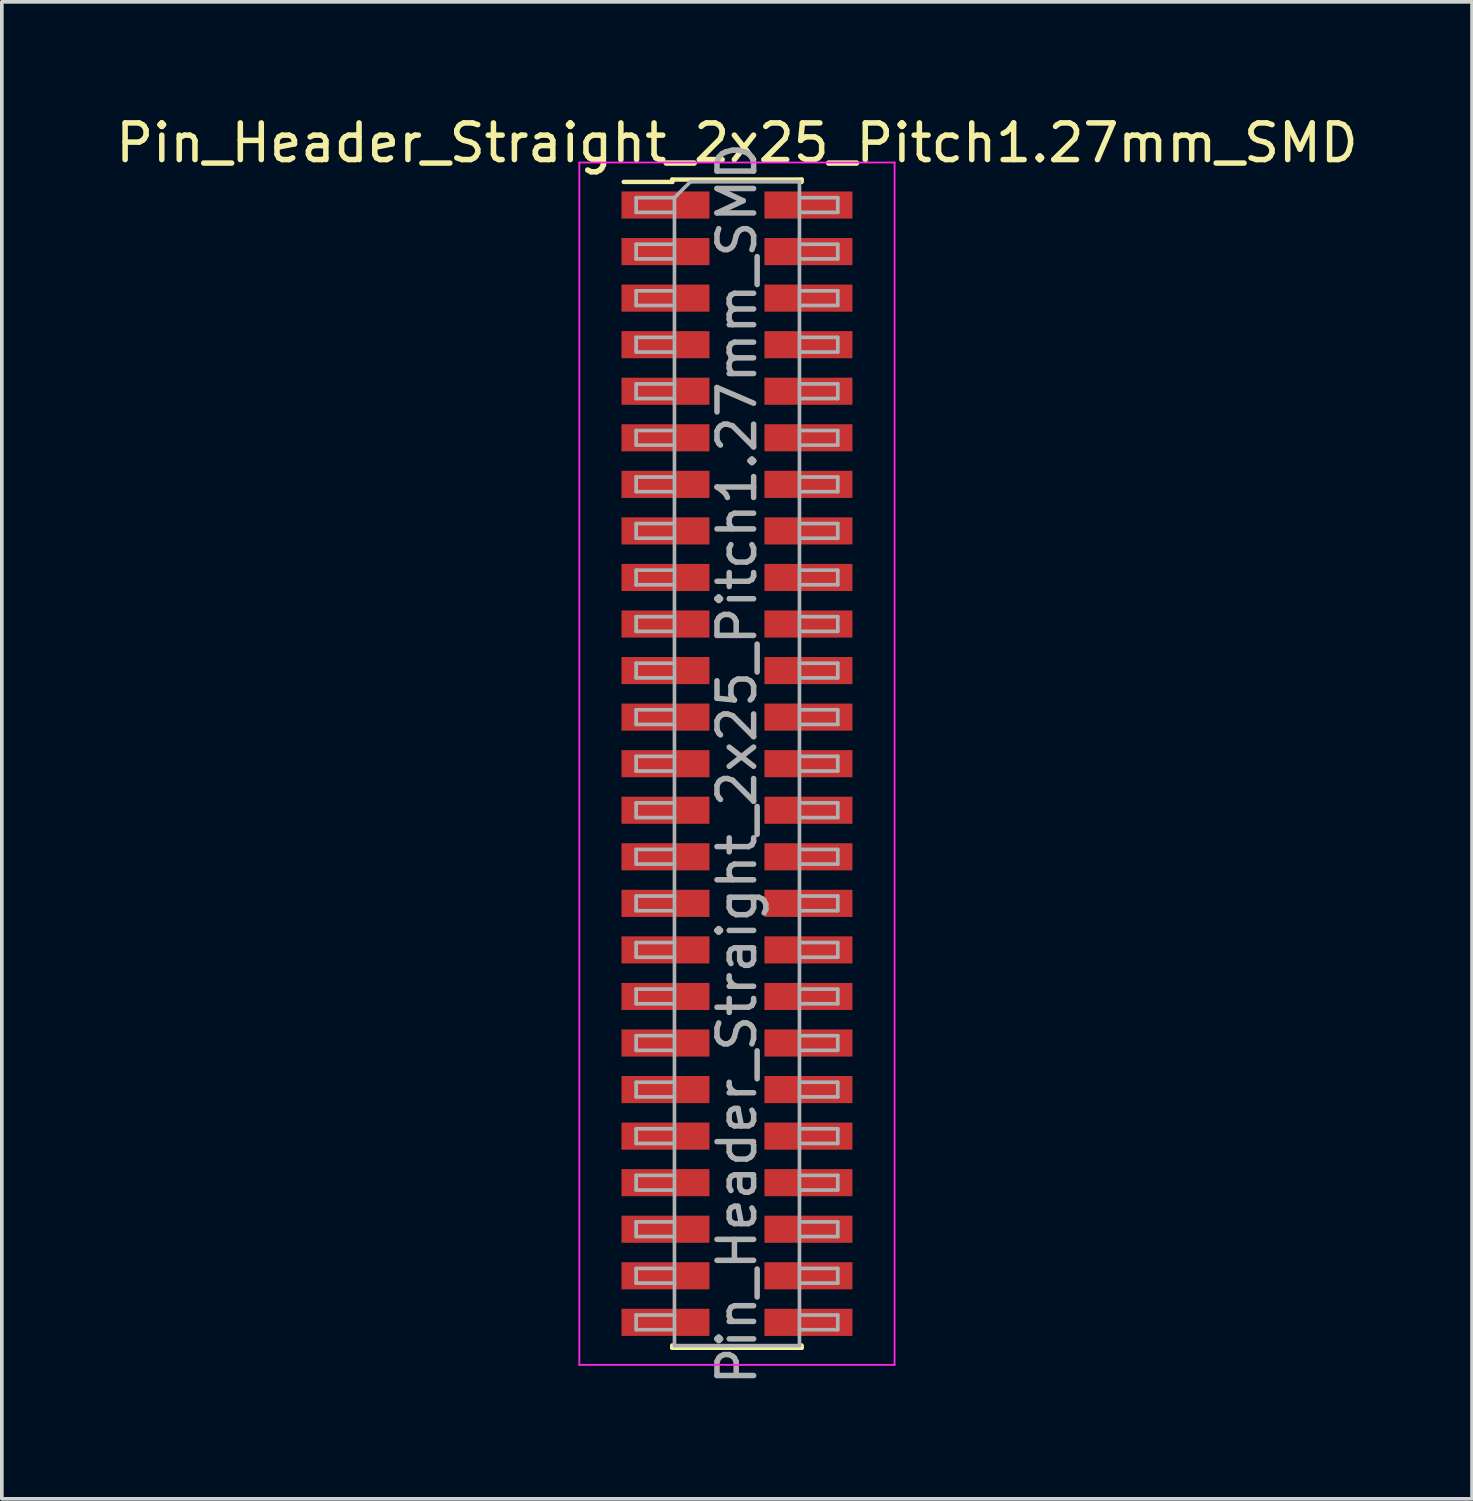
<source format=kicad_pcb>
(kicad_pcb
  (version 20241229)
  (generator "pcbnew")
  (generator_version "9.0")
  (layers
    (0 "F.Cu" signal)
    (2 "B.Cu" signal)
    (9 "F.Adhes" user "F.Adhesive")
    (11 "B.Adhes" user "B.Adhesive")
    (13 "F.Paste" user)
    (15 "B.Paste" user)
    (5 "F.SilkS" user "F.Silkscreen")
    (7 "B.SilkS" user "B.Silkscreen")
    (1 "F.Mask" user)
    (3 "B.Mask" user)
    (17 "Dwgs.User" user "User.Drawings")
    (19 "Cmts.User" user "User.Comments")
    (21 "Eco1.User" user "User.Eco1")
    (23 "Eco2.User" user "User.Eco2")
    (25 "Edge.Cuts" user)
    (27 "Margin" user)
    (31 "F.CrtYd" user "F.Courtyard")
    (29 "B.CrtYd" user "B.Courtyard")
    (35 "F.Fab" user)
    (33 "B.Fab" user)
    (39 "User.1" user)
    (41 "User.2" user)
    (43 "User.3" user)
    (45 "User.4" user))
  (footprint "Pin_Header_Straight_2x25_Pitch1.27mm_SMD"
    (layer "F.Cu")
    (at 17.054 17.783)
    (property "Reference" "Pin_Header_Straight_2x25_Pitch1.27mm_SMD" (at 0 -16.935 0) (layer "F.SilkS") (effects (font (size 1 1) (thickness 0.15))))
    (attr smd)
    (fp_line (start -3.09 -15.87) (end -1.765 -15.87) (stroke (width 0.12) (type solid)) (layer "F.SilkS"))
    (fp_line (start -1.765 -15.935) (end -1.765 -15.87) (stroke (width 0.12) (type solid)) (layer "F.SilkS"))
    (fp_line (start -1.765 -15.935) (end 1.765 -15.935) (stroke (width 0.12) (type solid)) (layer "F.SilkS"))
    (fp_line (start -1.765 15.87) (end -1.765 15.935) (stroke (width 0.12) (type solid)) (layer "F.SilkS"))
    (fp_line (start -1.765 15.935) (end 1.765 15.935) (stroke (width 0.12) (type solid)) (layer "F.SilkS"))
    (fp_line (start 1.765 -15.935) (end 1.765 -15.87) (stroke (width 0.12) (type solid)) (layer "F.SilkS"))
    (fp_line (start 1.765 15.87) (end 1.765 15.935) (stroke (width 0.12) (type solid)) (layer "F.SilkS"))
    (fp_line (start -4.3 -16.4) (end -4.3 16.4) (stroke (width 0.05) (type solid)) (layer "F.CrtYd"))
    (fp_line (start -4.3 16.4) (end 4.3 16.4) (stroke (width 0.05) (type solid)) (layer "F.CrtYd"))
    (fp_line (start 4.3 -16.4) (end -4.3 -16.4) (stroke (width 0.05) (type solid)) (layer "F.CrtYd"))
    (fp_line (start 4.3 16.4) (end 4.3 -16.4) (stroke (width 0.05) (type solid)) (layer "F.CrtYd"))
    (fp_line (start -2.75 -15.44) (end -2.75 -15.04) (stroke (width 0.1) (type solid)) (layer "F.Fab"))
    (fp_line (start -2.75 -15.04) (end -1.705 -15.04) (stroke (width 0.1) (type solid)) (layer "F.Fab"))
    (fp_line (start -2.75 -14.17) (end -2.75 -13.77) (stroke (width 0.1) (type solid)) (layer "F.Fab"))
    (fp_line (start -2.75 -13.77) (end -1.705 -13.77) (stroke (width 0.1) (type solid)) (layer "F.Fab"))
    (fp_line (start -2.75 -12.9) (end -2.75 -12.5) (stroke (width 0.1) (type solid)) (layer "F.Fab"))
    (fp_line (start -2.75 -12.5) (end -1.705 -12.5) (stroke (width 0.1) (type solid)) (layer "F.Fab"))
    (fp_line (start -2.75 -11.63) (end -2.75 -11.23) (stroke (width 0.1) (type solid)) (layer "F.Fab"))
    (fp_line (start -2.75 -11.23) (end -1.705 -11.23) (stroke (width 0.1) (type solid)) (layer "F.Fab"))
    (fp_line (start -2.75 -10.36) (end -2.75 -9.96) (stroke (width 0.1) (type solid)) (layer "F.Fab"))
    (fp_line (start -2.75 -9.96) (end -1.705 -9.96) (stroke (width 0.1) (type solid)) (layer "F.Fab"))
    (fp_line (start -2.75 -9.09) (end -2.75 -8.69) (stroke (width 0.1) (type solid)) (layer "F.Fab"))
    (fp_line (start -2.75 -8.69) (end -1.705 -8.69) (stroke (width 0.1) (type solid)) (layer "F.Fab"))
    (fp_line (start -2.75 -7.82) (end -2.75 -7.42) (stroke (width 0.1) (type solid)) (layer "F.Fab"))
    (fp_line (start -2.75 -7.42) (end -1.705 -7.42) (stroke (width 0.1) (type solid)) (layer "F.Fab"))
    (fp_line (start -2.75 -6.55) (end -2.75 -6.15) (stroke (width 0.1) (type solid)) (layer "F.Fab"))
    (fp_line (start -2.75 -6.15) (end -1.705 -6.15) (stroke (width 0.1) (type solid)) (layer "F.Fab"))
    (fp_line (start -2.75 -5.28) (end -2.75 -4.88) (stroke (width 0.1) (type solid)) (layer "F.Fab"))
    (fp_line (start -2.75 -4.88) (end -1.705 -4.88) (stroke (width 0.1) (type solid)) (layer "F.Fab"))
    (fp_line (start -2.75 -4.01) (end -2.75 -3.61) (stroke (width 0.1) (type solid)) (layer "F.Fab"))
    (fp_line (start -2.75 -3.61) (end -1.705 -3.61) (stroke (width 0.1) (type solid)) (layer "F.Fab"))
    (fp_line (start -2.75 -2.74) (end -2.75 -2.34) (stroke (width 0.1) (type solid)) (layer "F.Fab"))
    (fp_line (start -2.75 -2.34) (end -1.705 -2.34) (stroke (width 0.1) (type solid)) (layer "F.Fab"))
    (fp_line (start -2.75 -1.47) (end -2.75 -1.07) (stroke (width 0.1) (type solid)) (layer "F.Fab"))
    (fp_line (start -2.75 -1.07) (end -1.705 -1.07) (stroke (width 0.1) (type solid)) (layer "F.Fab"))
    (fp_line (start -2.75 -0.2) (end -2.75 0.2) (stroke (width 0.1) (type solid)) (layer "F.Fab"))
    (fp_line (start -2.75 0.2) (end -1.705 0.2) (stroke (width 0.1) (type solid)) (layer "F.Fab"))
    (fp_line (start -2.75 1.07) (end -2.75 1.47) (stroke (width 0.1) (type solid)) (layer "F.Fab"))
    (fp_line (start -2.75 1.47) (end -1.705 1.47) (stroke (width 0.1) (type solid)) (layer "F.Fab"))
    (fp_line (start -2.75 2.34) (end -2.75 2.74) (stroke (width 0.1) (type solid)) (layer "F.Fab"))
    (fp_line (start -2.75 2.74) (end -1.705 2.74) (stroke (width 0.1) (type solid)) (layer "F.Fab"))
    (fp_line (start -2.75 3.61) (end -2.75 4.01) (stroke (width 0.1) (type solid)) (layer "F.Fab"))
    (fp_line (start -2.75 4.01) (end -1.705 4.01) (stroke (width 0.1) (type solid)) (layer "F.Fab"))
    (fp_line (start -2.75 4.88) (end -2.75 5.28) (stroke (width 0.1) (type solid)) (layer "F.Fab"))
    (fp_line (start -2.75 5.28) (end -1.705 5.28) (stroke (width 0.1) (type solid)) (layer "F.Fab"))
    (fp_line (start -2.75 6.15) (end -2.75 6.55) (stroke (width 0.1) (type solid)) (layer "F.Fab"))
    (fp_line (start -2.75 6.55) (end -1.705 6.55) (stroke (width 0.1) (type solid)) (layer "F.Fab"))
    (fp_line (start -2.75 7.42) (end -2.75 7.82) (stroke (width 0.1) (type solid)) (layer "F.Fab"))
    (fp_line (start -2.75 7.82) (end -1.705 7.82) (stroke (width 0.1) (type solid)) (layer "F.Fab"))
    (fp_line (start -2.75 8.69) (end -2.75 9.09) (stroke (width 0.1) (type solid)) (layer "F.Fab"))
    (fp_line (start -2.75 9.09) (end -1.705 9.09) (stroke (width 0.1) (type solid)) (layer "F.Fab"))
    (fp_line (start -2.75 9.96) (end -2.75 10.36) (stroke (width 0.1) (type solid)) (layer "F.Fab"))
    (fp_line (start -2.75 10.36) (end -1.705 10.36) (stroke (width 0.1) (type solid)) (layer "F.Fab"))
    (fp_line (start -2.75 11.23) (end -2.75 11.63) (stroke (width 0.1) (type solid)) (layer "F.Fab"))
    (fp_line (start -2.75 11.63) (end -1.705 11.63) (stroke (width 0.1) (type solid)) (layer "F.Fab"))
    (fp_line (start -2.75 12.5) (end -2.75 12.9) (stroke (width 0.1) (type solid)) (layer "F.Fab"))
    (fp_line (start -2.75 12.9) (end -1.705 12.9) (stroke (width 0.1) (type solid)) (layer "F.Fab"))
    (fp_line (start -2.75 13.77) (end -2.75 14.17) (stroke (width 0.1) (type solid)) (layer "F.Fab"))
    (fp_line (start -2.75 14.17) (end -1.705 14.17) (stroke (width 0.1) (type solid)) (layer "F.Fab"))
    (fp_line (start -2.75 15.04) (end -2.75 15.44) (stroke (width 0.1) (type solid)) (layer "F.Fab"))
    (fp_line (start -2.75 15.44) (end -1.705 15.44) (stroke (width 0.1) (type solid)) (layer "F.Fab"))
    (fp_line (start -1.705 -15.44) (end -2.75 -15.44) (stroke (width 0.1) (type solid)) (layer "F.Fab"))
    (fp_line (start -1.705 -15.44) (end -1.27 -15.875) (stroke (width 0.1) (type solid)) (layer "F.Fab"))
    (fp_line (start -1.705 -14.17) (end -2.75 -14.17) (stroke (width 0.1) (type solid)) (layer "F.Fab"))
    (fp_line (start -1.705 -12.9) (end -2.75 -12.9) (stroke (width 0.1) (type solid)) (layer "F.Fab"))
    (fp_line (start -1.705 -11.63) (end -2.75 -11.63) (stroke (width 0.1) (type solid)) (layer "F.Fab"))
    (fp_line (start -1.705 -10.36) (end -2.75 -10.36) (stroke (width 0.1) (type solid)) (layer "F.Fab"))
    (fp_line (start -1.705 -9.09) (end -2.75 -9.09) (stroke (width 0.1) (type solid)) (layer "F.Fab"))
    (fp_line (start -1.705 -7.82) (end -2.75 -7.82) (stroke (width 0.1) (type solid)) (layer "F.Fab"))
    (fp_line (start -1.705 -6.55) (end -2.75 -6.55) (stroke (width 0.1) (type solid)) (layer "F.Fab"))
    (fp_line (start -1.705 -5.28) (end -2.75 -5.28) (stroke (width 0.1) (type solid)) (layer "F.Fab"))
    (fp_line (start -1.705 -4.01) (end -2.75 -4.01) (stroke (width 0.1) (type solid)) (layer "F.Fab"))
    (fp_line (start -1.705 -2.74) (end -2.75 -2.74) (stroke (width 0.1) (type solid)) (layer "F.Fab"))
    (fp_line (start -1.705 -1.47) (end -2.75 -1.47) (stroke (width 0.1) (type solid)) (layer "F.Fab"))
    (fp_line (start -1.705 -0.2) (end -2.75 -0.2) (stroke (width 0.1) (type solid)) (layer "F.Fab"))
    (fp_line (start -1.705 1.07) (end -2.75 1.07) (stroke (width 0.1) (type solid)) (layer "F.Fab"))
    (fp_line (start -1.705 2.34) (end -2.75 2.34) (stroke (width 0.1) (type solid)) (layer "F.Fab"))
    (fp_line (start -1.705 3.61) (end -2.75 3.61) (stroke (width 0.1) (type solid)) (layer "F.Fab"))
    (fp_line (start -1.705 4.88) (end -2.75 4.88) (stroke (width 0.1) (type solid)) (layer "F.Fab"))
    (fp_line (start -1.705 6.15) (end -2.75 6.15) (stroke (width 0.1) (type solid)) (layer "F.Fab"))
    (fp_line (start -1.705 7.42) (end -2.75 7.42) (stroke (width 0.1) (type solid)) (layer "F.Fab"))
    (fp_line (start -1.705 8.69) (end -2.75 8.69) (stroke (width 0.1) (type solid)) (layer "F.Fab"))
    (fp_line (start -1.705 9.96) (end -2.75 9.96) (stroke (width 0.1) (type solid)) (layer "F.Fab"))
    (fp_line (start -1.705 11.23) (end -2.75 11.23) (stroke (width 0.1) (type solid)) (layer "F.Fab"))
    (fp_line (start -1.705 12.5) (end -2.75 12.5) (stroke (width 0.1) (type solid)) (layer "F.Fab"))
    (fp_line (start -1.705 13.77) (end -2.75 13.77) (stroke (width 0.1) (type solid)) (layer "F.Fab"))
    (fp_line (start -1.705 15.04) (end -2.75 15.04) (stroke (width 0.1) (type solid)) (layer "F.Fab"))
    (fp_line (start -1.705 15.875) (end -1.705 -15.44) (stroke (width 0.1) (type solid)) (layer "F.Fab"))
    (fp_line (start -1.27 -15.875) (end 1.705 -15.875) (stroke (width 0.1) (type solid)) (layer "F.Fab"))
    (fp_line (start 1.705 -15.875) (end 1.705 15.875) (stroke (width 0.1) (type solid)) (layer "F.Fab"))
    (fp_line (start 1.705 -15.44) (end 2.75 -15.44) (stroke (width 0.1) (type solid)) (layer "F.Fab"))
    (fp_line (start 1.705 -14.17) (end 2.75 -14.17) (stroke (width 0.1) (type solid)) (layer "F.Fab"))
    (fp_line (start 1.705 -12.9) (end 2.75 -12.9) (stroke (width 0.1) (type solid)) (layer "F.Fab"))
    (fp_line (start 1.705 -11.63) (end 2.75 -11.63) (stroke (width 0.1) (type solid)) (layer "F.Fab"))
    (fp_line (start 1.705 -10.36) (end 2.75 -10.36) (stroke (width 0.1) (type solid)) (layer "F.Fab"))
    (fp_line (start 1.705 -9.09) (end 2.75 -9.09) (stroke (width 0.1) (type solid)) (layer "F.Fab"))
    (fp_line (start 1.705 -7.82) (end 2.75 -7.82) (stroke (width 0.1) (type solid)) (layer "F.Fab"))
    (fp_line (start 1.705 -6.55) (end 2.75 -6.55) (stroke (width 0.1) (type solid)) (layer "F.Fab"))
    (fp_line (start 1.705 -5.28) (end 2.75 -5.28) (stroke (width 0.1) (type solid)) (layer "F.Fab"))
    (fp_line (start 1.705 -4.01) (end 2.75 -4.01) (stroke (width 0.1) (type solid)) (layer "F.Fab"))
    (fp_line (start 1.705 -2.74) (end 2.75 -2.74) (stroke (width 0.1) (type solid)) (layer "F.Fab"))
    (fp_line (start 1.705 -1.47) (end 2.75 -1.47) (stroke (width 0.1) (type solid)) (layer "F.Fab"))
    (fp_line (start 1.705 -0.2) (end 2.75 -0.2) (stroke (width 0.1) (type solid)) (layer "F.Fab"))
    (fp_line (start 1.705 1.07) (end 2.75 1.07) (stroke (width 0.1) (type solid)) (layer "F.Fab"))
    (fp_line (start 1.705 2.34) (end 2.75 2.34) (stroke (width 0.1) (type solid)) (layer "F.Fab"))
    (fp_line (start 1.705 3.61) (end 2.75 3.61) (stroke (width 0.1) (type solid)) (layer "F.Fab"))
    (fp_line (start 1.705 4.88) (end 2.75 4.88) (stroke (width 0.1) (type solid)) (layer "F.Fab"))
    (fp_line (start 1.705 6.15) (end 2.75 6.15) (stroke (width 0.1) (type solid)) (layer "F.Fab"))
    (fp_line (start 1.705 7.42) (end 2.75 7.42) (stroke (width 0.1) (type solid)) (layer "F.Fab"))
    (fp_line (start 1.705 8.69) (end 2.75 8.69) (stroke (width 0.1) (type solid)) (layer "F.Fab"))
    (fp_line (start 1.705 9.96) (end 2.75 9.96) (stroke (width 0.1) (type solid)) (layer "F.Fab"))
    (fp_line (start 1.705 11.23) (end 2.75 11.23) (stroke (width 0.1) (type solid)) (layer "F.Fab"))
    (fp_line (start 1.705 12.5) (end 2.75 12.5) (stroke (width 0.1) (type solid)) (layer "F.Fab"))
    (fp_line (start 1.705 13.77) (end 2.75 13.77) (stroke (width 0.1) (type solid)) (layer "F.Fab"))
    (fp_line (start 1.705 15.04) (end 2.75 15.04) (stroke (width 0.1) (type solid)) (layer "F.Fab"))
    (fp_line (start 1.705 15.875) (end -1.705 15.875) (stroke (width 0.1) (type solid)) (layer "F.Fab"))
    (fp_line (start 2.75 -15.44) (end 2.75 -15.04) (stroke (width 0.1) (type solid)) (layer "F.Fab"))
    (fp_line (start 2.75 -15.04) (end 1.705 -15.04) (stroke (width 0.1) (type solid)) (layer "F.Fab"))
    (fp_line (start 2.75 -14.17) (end 2.75 -13.77) (stroke (width 0.1) (type solid)) (layer "F.Fab"))
    (fp_line (start 2.75 -13.77) (end 1.705 -13.77) (stroke (width 0.1) (type solid)) (layer "F.Fab"))
    (fp_line (start 2.75 -12.9) (end 2.75 -12.5) (stroke (width 0.1) (type solid)) (layer "F.Fab"))
    (fp_line (start 2.75 -12.5) (end 1.705 -12.5) (stroke (width 0.1) (type solid)) (layer "F.Fab"))
    (fp_line (start 2.75 -11.63) (end 2.75 -11.23) (stroke (width 0.1) (type solid)) (layer "F.Fab"))
    (fp_line (start 2.75 -11.23) (end 1.705 -11.23) (stroke (width 0.1) (type solid)) (layer "F.Fab"))
    (fp_line (start 2.75 -10.36) (end 2.75 -9.96) (stroke (width 0.1) (type solid)) (layer "F.Fab"))
    (fp_line (start 2.75 -9.96) (end 1.705 -9.96) (stroke (width 0.1) (type solid)) (layer "F.Fab"))
    (fp_line (start 2.75 -9.09) (end 2.75 -8.69) (stroke (width 0.1) (type solid)) (layer "F.Fab"))
    (fp_line (start 2.75 -8.69) (end 1.705 -8.69) (stroke (width 0.1) (type solid)) (layer "F.Fab"))
    (fp_line (start 2.75 -7.82) (end 2.75 -7.42) (stroke (width 0.1) (type solid)) (layer "F.Fab"))
    (fp_line (start 2.75 -7.42) (end 1.705 -7.42) (stroke (width 0.1) (type solid)) (layer "F.Fab"))
    (fp_line (start 2.75 -6.55) (end 2.75 -6.15) (stroke (width 0.1) (type solid)) (layer "F.Fab"))
    (fp_line (start 2.75 -6.15) (end 1.705 -6.15) (stroke (width 0.1) (type solid)) (layer "F.Fab"))
    (fp_line (start 2.75 -5.28) (end 2.75 -4.88) (stroke (width 0.1) (type solid)) (layer "F.Fab"))
    (fp_line (start 2.75 -4.88) (end 1.705 -4.88) (stroke (width 0.1) (type solid)) (layer "F.Fab"))
    (fp_line (start 2.75 -4.01) (end 2.75 -3.61) (stroke (width 0.1) (type solid)) (layer "F.Fab"))
    (fp_line (start 2.75 -3.61) (end 1.705 -3.61) (stroke (width 0.1) (type solid)) (layer "F.Fab"))
    (fp_line (start 2.75 -2.74) (end 2.75 -2.34) (stroke (width 0.1) (type solid)) (layer "F.Fab"))
    (fp_line (start 2.75 -2.34) (end 1.705 -2.34) (stroke (width 0.1) (type solid)) (layer "F.Fab"))
    (fp_line (start 2.75 -1.47) (end 2.75 -1.07) (stroke (width 0.1) (type solid)) (layer "F.Fab"))
    (fp_line (start 2.75 -1.07) (end 1.705 -1.07) (stroke (width 0.1) (type solid)) (layer "F.Fab"))
    (fp_line (start 2.75 -0.2) (end 2.75 0.2) (stroke (width 0.1) (type solid)) (layer "F.Fab"))
    (fp_line (start 2.75 0.2) (end 1.705 0.2) (stroke (width 0.1) (type solid)) (layer "F.Fab"))
    (fp_line (start 2.75 1.07) (end 2.75 1.47) (stroke (width 0.1) (type solid)) (layer "F.Fab"))
    (fp_line (start 2.75 1.47) (end 1.705 1.47) (stroke (width 0.1) (type solid)) (layer "F.Fab"))
    (fp_line (start 2.75 2.34) (end 2.75 2.74) (stroke (width 0.1) (type solid)) (layer "F.Fab"))
    (fp_line (start 2.75 2.74) (end 1.705 2.74) (stroke (width 0.1) (type solid)) (layer "F.Fab"))
    (fp_line (start 2.75 3.61) (end 2.75 4.01) (stroke (width 0.1) (type solid)) (layer "F.Fab"))
    (fp_line (start 2.75 4.01) (end 1.705 4.01) (stroke (width 0.1) (type solid)) (layer "F.Fab"))
    (fp_line (start 2.75 4.88) (end 2.75 5.28) (stroke (width 0.1) (type solid)) (layer "F.Fab"))
    (fp_line (start 2.75 5.28) (end 1.705 5.28) (stroke (width 0.1) (type solid)) (layer "F.Fab"))
    (fp_line (start 2.75 6.15) (end 2.75 6.55) (stroke (width 0.1) (type solid)) (layer "F.Fab"))
    (fp_line (start 2.75 6.55) (end 1.705 6.55) (stroke (width 0.1) (type solid)) (layer "F.Fab"))
    (fp_line (start 2.75 7.42) (end 2.75 7.82) (stroke (width 0.1) (type solid)) (layer "F.Fab"))
    (fp_line (start 2.75 7.82) (end 1.705 7.82) (stroke (width 0.1) (type solid)) (layer "F.Fab"))
    (fp_line (start 2.75 8.69) (end 2.75 9.09) (stroke (width 0.1) (type solid)) (layer "F.Fab"))
    (fp_line (start 2.75 9.09) (end 1.705 9.09) (stroke (width 0.1) (type solid)) (layer "F.Fab"))
    (fp_line (start 2.75 9.96) (end 2.75 10.36) (stroke (width 0.1) (type solid)) (layer "F.Fab"))
    (fp_line (start 2.75 10.36) (end 1.705 10.36) (stroke (width 0.1) (type solid)) (layer "F.Fab"))
    (fp_line (start 2.75 11.23) (end 2.75 11.63) (stroke (width 0.1) (type solid)) (layer "F.Fab"))
    (fp_line (start 2.75 11.63) (end 1.705 11.63) (stroke (width 0.1) (type solid)) (layer "F.Fab"))
    (fp_line (start 2.75 12.5) (end 2.75 12.9) (stroke (width 0.1) (type solid)) (layer "F.Fab"))
    (fp_line (start 2.75 12.9) (end 1.705 12.9) (stroke (width 0.1) (type solid)) (layer "F.Fab"))
    (fp_line (start 2.75 13.77) (end 2.75 14.17) (stroke (width 0.1) (type solid)) (layer "F.Fab"))
    (fp_line (start 2.75 14.17) (end 1.705 14.17) (stroke (width 0.1) (type solid)) (layer "F.Fab"))
    (fp_line (start 2.75 15.04) (end 2.75 15.44) (stroke (width 0.1) (type solid)) (layer "F.Fab"))
    (fp_line (start 2.75 15.44) (end 1.705 15.44) (stroke (width 0.1) (type solid)) (layer "F.Fab"))
    (fp_text user "${REFERENCE}" (at 0 0 90) (layer "F.Fab") (effects (font (size 1 1) (thickness 0.15))))
    (pad "1" smd rect (at -1.95 -15.24) (size 2.4 0.74) (layers "F.Cu" "F.Mask" "F.Paste"))
    (pad "2" smd rect (at 1.95 -15.24) (size 2.4 0.74) (layers "F.Cu" "F.Mask" "F.Paste"))
    (pad "3" smd rect (at -1.95 -13.97) (size 2.4 0.74) (layers "F.Cu" "F.Mask" "F.Paste"))
    (pad "4" smd rect (at 1.95 -13.97) (size 2.4 0.74) (layers "F.Cu" "F.Mask" "F.Paste"))
    (pad "5" smd rect (at -1.95 -12.7) (size 2.4 0.74) (layers "F.Cu" "F.Mask" "F.Paste"))
    (pad "6" smd rect (at 1.95 -12.7) (size 2.4 0.74) (layers "F.Cu" "F.Mask" "F.Paste"))
    (pad "7" smd rect (at -1.95 -11.43) (size 2.4 0.74) (layers "F.Cu" "F.Mask" "F.Paste"))
    (pad "8" smd rect (at 1.95 -11.43) (size 2.4 0.74) (layers "F.Cu" "F.Mask" "F.Paste"))
    (pad "9" smd rect (at -1.95 -10.16) (size 2.4 0.74) (layers "F.Cu" "F.Mask" "F.Paste"))
    (pad "10" smd rect (at 1.95 -10.16) (size 2.4 0.74) (layers "F.Cu" "F.Mask" "F.Paste"))
    (pad "11" smd rect (at -1.95 -8.89) (size 2.4 0.74) (layers "F.Cu" "F.Mask" "F.Paste"))
    (pad "12" smd rect (at 1.95 -8.89) (size 2.4 0.74) (layers "F.Cu" "F.Mask" "F.Paste"))
    (pad "13" smd rect (at -1.95 -7.62) (size 2.4 0.74) (layers "F.Cu" "F.Mask" "F.Paste"))
    (pad "14" smd rect (at 1.95 -7.62) (size 2.4 0.74) (layers "F.Cu" "F.Mask" "F.Paste"))
    (pad "15" smd rect (at -1.95 -6.35) (size 2.4 0.74) (layers "F.Cu" "F.Mask" "F.Paste"))
    (pad "16" smd rect (at 1.95 -6.35) (size 2.4 0.74) (layers "F.Cu" "F.Mask" "F.Paste"))
    (pad "17" smd rect (at -1.95 -5.08) (size 2.4 0.74) (layers "F.Cu" "F.Mask" "F.Paste"))
    (pad "18" smd rect (at 1.95 -5.08) (size 2.4 0.74) (layers "F.Cu" "F.Mask" "F.Paste"))
    (pad "19" smd rect (at -1.95 -3.81) (size 2.4 0.74) (layers "F.Cu" "F.Mask" "F.Paste"))
    (pad "20" smd rect (at 1.95 -3.81) (size 2.4 0.74) (layers "F.Cu" "F.Mask" "F.Paste"))
    (pad "21" smd rect (at -1.95 -2.54) (size 2.4 0.74) (layers "F.Cu" "F.Mask" "F.Paste"))
    (pad "22" smd rect (at 1.95 -2.54) (size 2.4 0.74) (layers "F.Cu" "F.Mask" "F.Paste"))
    (pad "23" smd rect (at -1.95 -1.27) (size 2.4 0.74) (layers "F.Cu" "F.Mask" "F.Paste"))
    (pad "24" smd rect (at 1.95 -1.27) (size 2.4 0.74) (layers "F.Cu" "F.Mask" "F.Paste"))
    (pad "25" smd rect (at -1.95 0) (size 2.4 0.74) (layers "F.Cu" "F.Mask" "F.Paste"))
    (pad "26" smd rect (at 1.95 0) (size 2.4 0.74) (layers "F.Cu" "F.Mask" "F.Paste"))
    (pad "27" smd rect (at -1.95 1.27) (size 2.4 0.74) (layers "F.Cu" "F.Mask" "F.Paste"))
    (pad "28" smd rect (at 1.95 1.27) (size 2.4 0.74) (layers "F.Cu" "F.Mask" "F.Paste"))
    (pad "29" smd rect (at -1.95 2.54) (size 2.4 0.74) (layers "F.Cu" "F.Mask" "F.Paste"))
    (pad "30" smd rect (at 1.95 2.54) (size 2.4 0.74) (layers "F.Cu" "F.Mask" "F.Paste"))
    (pad "31" smd rect (at -1.95 3.81) (size 2.4 0.74) (layers "F.Cu" "F.Mask" "F.Paste"))
    (pad "32" smd rect (at 1.95 3.81) (size 2.4 0.74) (layers "F.Cu" "F.Mask" "F.Paste"))
    (pad "33" smd rect (at -1.95 5.08) (size 2.4 0.74) (layers "F.Cu" "F.Mask" "F.Paste"))
    (pad "34" smd rect (at 1.95 5.08) (size 2.4 0.74) (layers "F.Cu" "F.Mask" "F.Paste"))
    (pad "35" smd rect (at -1.95 6.35) (size 2.4 0.74) (layers "F.Cu" "F.Mask" "F.Paste"))
    (pad "36" smd rect (at 1.95 6.35) (size 2.4 0.74) (layers "F.Cu" "F.Mask" "F.Paste"))
    (pad "37" smd rect (at -1.95 7.62) (size 2.4 0.74) (layers "F.Cu" "F.Mask" "F.Paste"))
    (pad "38" smd rect (at 1.95 7.62) (size 2.4 0.74) (layers "F.Cu" "F.Mask" "F.Paste"))
    (pad "39" smd rect (at -1.95 8.89) (size 2.4 0.74) (layers "F.Cu" "F.Mask" "F.Paste"))
    (pad "40" smd rect (at 1.95 8.89) (size 2.4 0.74) (layers "F.Cu" "F.Mask" "F.Paste"))
    (pad "41" smd rect (at -1.95 10.16) (size 2.4 0.74) (layers "F.Cu" "F.Mask" "F.Paste"))
    (pad "42" smd rect (at 1.95 10.16) (size 2.4 0.74) (layers "F.Cu" "F.Mask" "F.Paste"))
    (pad "43" smd rect (at -1.95 11.43) (size 2.4 0.74) (layers "F.Cu" "F.Mask" "F.Paste"))
    (pad "44" smd rect (at 1.95 11.43) (size 2.4 0.74) (layers "F.Cu" "F.Mask" "F.Paste"))
    (pad "45" smd rect (at -1.95 12.7) (size 2.4 0.74) (layers "F.Cu" "F.Mask" "F.Paste"))
    (pad "46" smd rect (at 1.95 12.7) (size 2.4 0.74) (layers "F.Cu" "F.Mask" "F.Paste"))
    (pad "47" smd rect (at -1.95 13.97) (size 2.4 0.74) (layers "F.Cu" "F.Mask" "F.Paste"))
    (pad "48" smd rect (at 1.95 13.97) (size 2.4 0.74) (layers "F.Cu" "F.Mask" "F.Paste"))
    (pad "49" smd rect (at -1.95 15.24) (size 2.4 0.74) (layers "F.Cu" "F.Mask" "F.Paste"))
    (pad "50" smd rect (at 1.95 15.24) (size 2.4 0.74) (layers "F.Cu" "F.Mask" "F.Paste")))
  (gr_rect
    (start -3 -3)
    (end 37.107 37.837)
    (stroke (width 0.1) (type default))
    (fill no)
    (layer "Edge.Cuts")))
</source>
